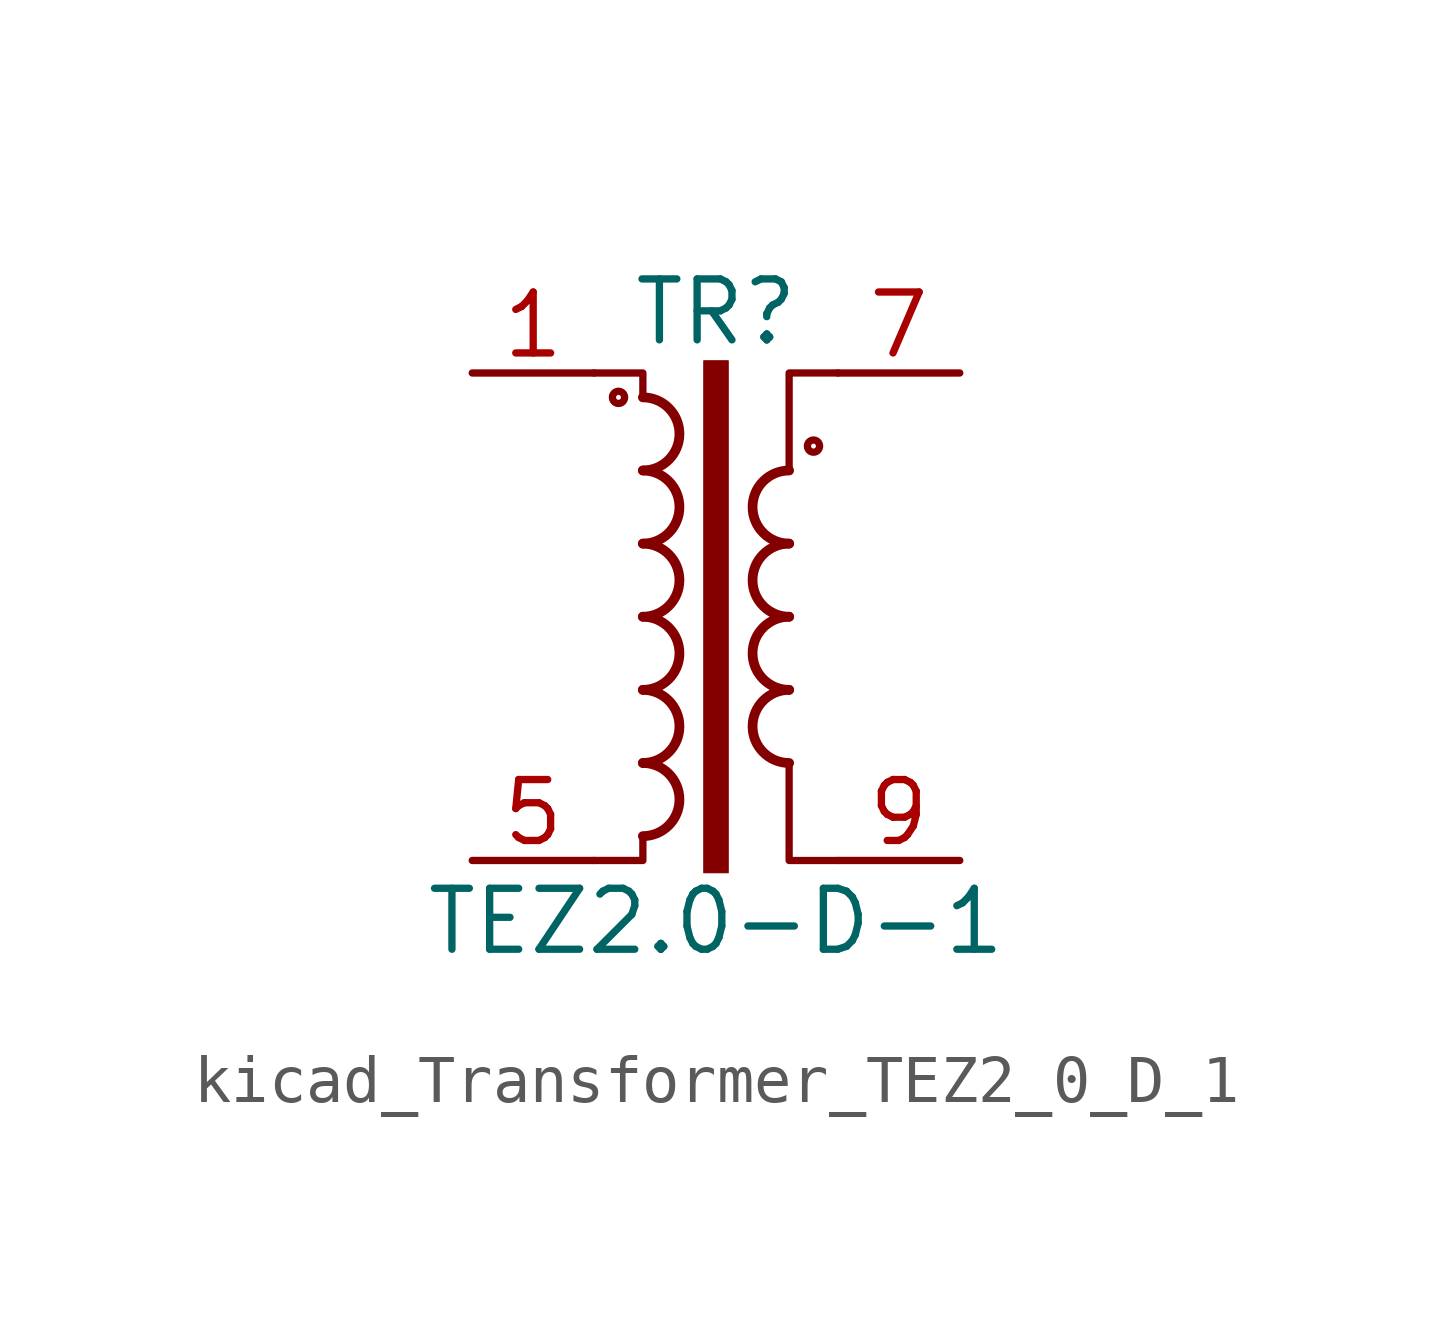
<source format=kicad_sym>
(kicad_symbol_lib
  (version 20220914)
  (generator kicad_symbol_editor)
  (symbol "kicad_Transformer_TEZ2_0_D_1"
    (pin_names
      (offset 0.025))
    (property "Reference" "TR"
      (at 0 6.35 0)
      (effects (font (size 1.27 1.27))))
    (property "Value" "TEZ2.0-D-1"
      (at 0 -6.35 0)
      (effects (font (size 1.27 1.27))))
    (symbol "kicad_Transformer_TEZ2_0_D_1_0_1"
      (circle (center -2.032 4.572) (radius 0.127) (stroke (width 0) (type default)) (fill (type none)))
      (arc (start -1.524 -4.572) (mid -0.7653 -3.81) (end -1.524 -3.048) (stroke (width 0.2032) (type default)) (fill (type none)))
      (arc (start -1.524 -3.048) (mid -0.7653 -2.286) (end -1.524 -1.524) (stroke (width 0.2032) (type default)) (fill (type none)))
      (arc (start -1.524 -1.524) (mid -0.7653 -0.762) (end -1.524 0) (stroke (width 0.2032) (type default)) (fill (type none)))
      (arc (start -1.524 0) (mid -0.7653 0.762) (end -1.524 1.524) (stroke (width 0.2032) (type default)) (fill (type none)))
      (arc (start -1.524 1.524) (mid -0.7653 2.286) (end -1.524 3.048) (stroke (width 0.2032) (type default)) (fill (type none)))
      (arc (start -1.524 3.048) (mid -0.7653 3.81) (end -1.524 4.572) (stroke (width 0.2032) (type default)) (fill (type none)))
      (rectangle (start -0.254 5.334) (end 0.254 -5.334) (stroke (width 0.025) (type default)) (fill (type outline)))
      (polyline (pts (xy -1.524 -4.572) (xy -1.524 -5.08) (xy -2.54 -5.08)) (stroke (width 0) (type default)) (fill (type none)))
      (polyline (pts (xy -1.524 4.572) (xy -1.524 5.08) (xy -2.54 5.08)) (stroke (width 0) (type default)) (fill (type none)))
      (polyline (pts (xy 1.524 3.048) (xy 1.524 5.08) (xy 2.54 5.08) (xy 2.54 5.08)) (stroke (width 0.152) (type default)) (fill (type none)))
      (polyline (pts (xy 2.54 -5.08) (xy 1.524 -5.08) (xy 1.524 -3.048) (xy 1.524 -3.048)) (stroke (width 0.152) (type default)) (fill (type none)))
      (arc (start 1.524 -1.524) (mid 0.7653 -2.286) (end 1.524 -3.048) (stroke (width 0.2032) (type default)) (fill (type none)))
      (arc (start 1.524 0) (mid 0.7653 -0.762) (end 1.524 -1.524) (stroke (width 0.2032) (type default)) (fill (type none)))
      (arc (start 1.524 1.524) (mid 0.7653 0.762) (end 1.524 0) (stroke (width 0.2032) (type default)) (fill (type none)))
      (arc (start 1.524 3.048) (mid 0.7653 2.286) (end 1.524 1.524) (stroke (width 0.2032) (type default)) (fill (type none)))
      (circle (center 2.032 3.556) (radius 0.127) (stroke (width 0) (type default)) (fill (type none))))
    (symbol "kicad_Transformer_TEZ2_0_D_1_1_1"
      (pin passive line (at -5.08 5.08 0) (length 2.54) (name "~" (effects (font (size 1.27 1.27)))) (number "1" (effects (font (size 1.27 1.27)))))
      (pin passive line (at -5.08 -5.08 0) (length 2.54) (name "~" (effects (font (size 1.27 1.27)))) (number "5" (effects (font (size 1.27 1.27)))))
      (pin passive line (at 5.08 5.08 180) (length 2.54) (name "~" (effects (font (size 1.27 1.27)))) (number "7" (effects (font (size 1.27 1.27)))))
      (pin passive line (at 5.08 -5.08 180) (length 2.54) (name "~" (effects (font (size 1.27 1.27)))) (number "9" (effects (font (size 1.27 1.27))))))))
</source>
